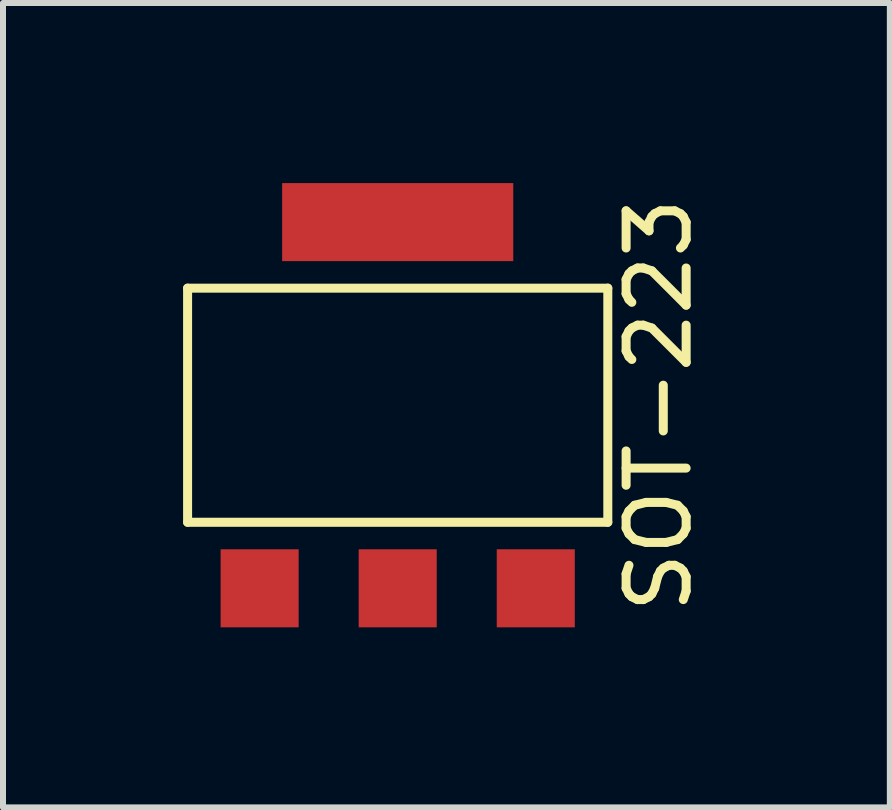
<source format=kicad_pcb>
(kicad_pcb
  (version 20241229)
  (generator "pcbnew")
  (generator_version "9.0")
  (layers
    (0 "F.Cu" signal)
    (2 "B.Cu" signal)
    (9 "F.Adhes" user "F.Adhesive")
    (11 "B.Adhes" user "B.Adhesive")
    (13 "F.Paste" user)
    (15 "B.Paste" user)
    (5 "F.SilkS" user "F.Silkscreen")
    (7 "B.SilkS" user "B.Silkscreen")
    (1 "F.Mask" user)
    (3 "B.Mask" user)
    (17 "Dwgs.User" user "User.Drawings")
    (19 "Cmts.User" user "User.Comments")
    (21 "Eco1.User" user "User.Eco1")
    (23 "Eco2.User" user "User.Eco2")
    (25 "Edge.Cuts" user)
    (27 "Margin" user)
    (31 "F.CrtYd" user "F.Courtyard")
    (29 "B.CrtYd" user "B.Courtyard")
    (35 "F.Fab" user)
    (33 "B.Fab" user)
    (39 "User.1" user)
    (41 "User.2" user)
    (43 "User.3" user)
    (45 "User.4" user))
  (footprint "SOT-223"
    (layer "F.Cu")
    (at 3.575 3.7)
    (property "Reference" "SOT-223" (at 4.35 0 90) (layer "F.SilkS") (effects (font (size 1 1) (thickness 0.15))))
    (attr through_hole)
    (fp_line (start -3.5 -1.95) (end -3.5 1.95) (stroke (width 0.15) (type solid)) (layer "F.SilkS"))
    (fp_line (start -3.5 -1.95) (end 3.5 -1.95) (stroke (width 0.15) (type solid)) (layer "F.SilkS"))
    (fp_line (start -3.5 1.95) (end 3.5 1.95) (stroke (width 0.15) (type solid)) (layer "F.SilkS"))
    (fp_line (start 3.5 -1.95) (end 3.5 1.95) (stroke (width 0.15) (type solid)) (layer "F.SilkS"))
    (pad "1" smd rect (at -2.3 3.05) (size 1.3 1.3) (layers "F.Cu" "F.Mask" "F.Paste"))
    (pad "2" smd rect (at 0 3.05) (size 1.3 1.3) (layers "F.Cu" "F.Mask" "F.Paste"))
    (pad "3" smd rect (at 2.3 3.05) (size 1.3 1.3) (layers "F.Cu" "F.Mask" "F.Paste"))
    (pad "4" smd rect (at 0 -3.05) (size 3.85 1.3) (layers "F.Cu" "F.Mask" "F.Paste")))
  (gr_rect
    (start -3 -3)
    (end 11.773 10.4)
    (stroke (width 0.1) (type default))
    (fill no)
    (layer "Edge.Cuts")))
</source>
